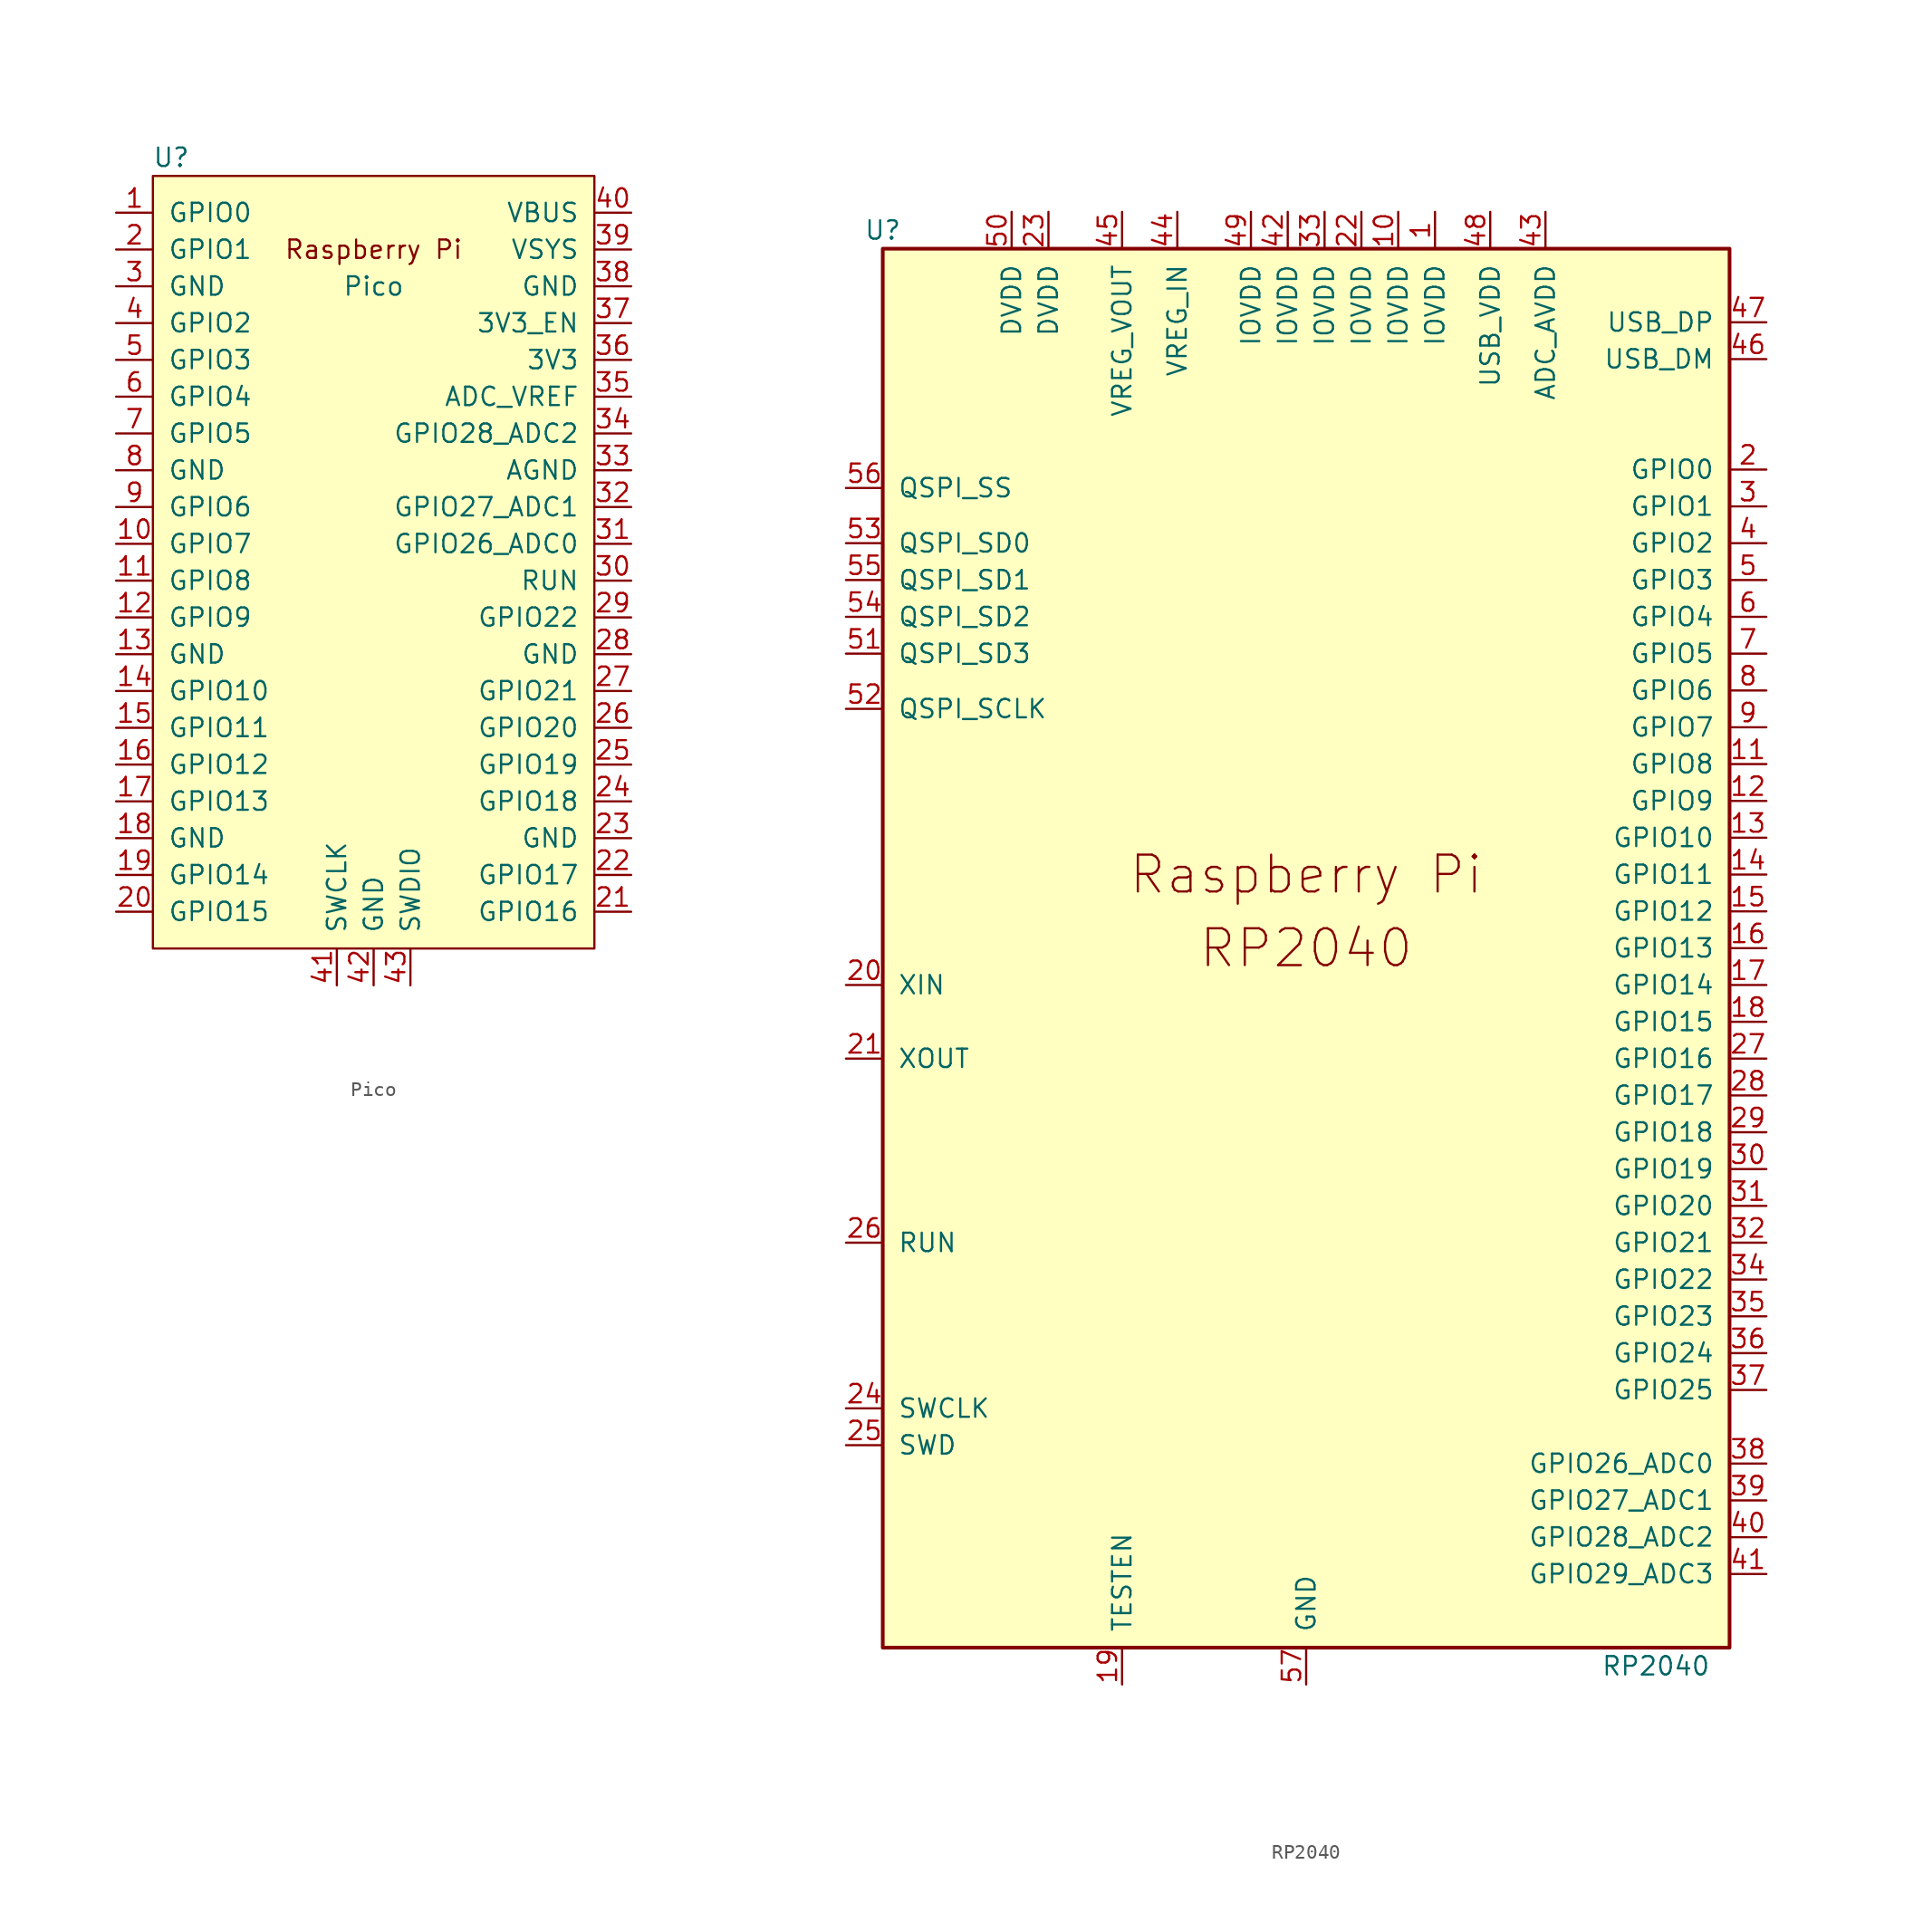
<source format=kicad_sym>
(kicad_symbol_lib
  (version 20210619)
  (generator kicad_symbol_editor)
  (symbol "Pico"
    (pin_names
      (offset 1.016))
    (property "Reference" "U"
      (at -13.97 27.94 0)
      (effects (font (size 1.27 1.27))))
    (property "Value" "Pico"
      (at 0 19.05 0)
      (effects (font (size 1.27 1.27))))
    (symbol "Pico_0_0"
      (text "Raspberry Pi" (at 0 21.59 0) (effects (font (size 1.27 1.27)))))
    (symbol "Pico_0_1"
      (rectangle (start -15.24 26.67) (end 15.24 -26.67) (stroke (width 0)) (fill (type background))))
    (symbol "Pico_1_1"
      (pin bidirectional line (at -17.78 24.13 0) (length 2.54) (name "GPIO0" (effects (font (size 1.27 1.27)))) (number "1" (effects (font (size 1.27 1.27)))))
      (pin bidirectional line (at -17.78 1.27 0) (length 2.54) (name "GPIO7" (effects (font (size 1.27 1.27)))) (number "10" (effects (font (size 1.27 1.27)))))
      (pin bidirectional line (at -17.78 -1.27 0) (length 2.54) (name "GPIO8" (effects (font (size 1.27 1.27)))) (number "11" (effects (font (size 1.27 1.27)))))
      (pin bidirectional line (at -17.78 -3.81 0) (length 2.54) (name "GPIO9" (effects (font (size 1.27 1.27)))) (number "12" (effects (font (size 1.27 1.27)))))
      (pin power_in line (at -17.78 -6.35 0) (length 2.54) (name "GND" (effects (font (size 1.27 1.27)))) (number "13" (effects (font (size 1.27 1.27)))))
      (pin bidirectional line (at -17.78 -8.89 0) (length 2.54) (name "GPIO10" (effects (font (size 1.27 1.27)))) (number "14" (effects (font (size 1.27 1.27)))))
      (pin bidirectional line (at -17.78 -11.43 0) (length 2.54) (name "GPIO11" (effects (font (size 1.27 1.27)))) (number "15" (effects (font (size 1.27 1.27)))))
      (pin bidirectional line (at -17.78 -13.97 0) (length 2.54) (name "GPIO12" (effects (font (size 1.27 1.27)))) (number "16" (effects (font (size 1.27 1.27)))))
      (pin bidirectional line (at -17.78 -16.51 0) (length 2.54) (name "GPIO13" (effects (font (size 1.27 1.27)))) (number "17" (effects (font (size 1.27 1.27)))))
      (pin power_in line (at -17.78 -19.05 0) (length 2.54) (name "GND" (effects (font (size 1.27 1.27)))) (number "18" (effects (font (size 1.27 1.27)))))
      (pin bidirectional line (at -17.78 -21.59 0) (length 2.54) (name "GPIO14" (effects (font (size 1.27 1.27)))) (number "19" (effects (font (size 1.27 1.27)))))
      (pin bidirectional line (at -17.78 21.59 0) (length 2.54) (name "GPIO1" (effects (font (size 1.27 1.27)))) (number "2" (effects (font (size 1.27 1.27)))))
      (pin bidirectional line (at -17.78 -24.13 0) (length 2.54) (name "GPIO15" (effects (font (size 1.27 1.27)))) (number "20" (effects (font (size 1.27 1.27)))))
      (pin bidirectional line (at 17.78 -24.13 180) (length 2.54) (name "GPIO16" (effects (font (size 1.27 1.27)))) (number "21" (effects (font (size 1.27 1.27)))))
      (pin bidirectional line (at 17.78 -21.59 180) (length 2.54) (name "GPIO17" (effects (font (size 1.27 1.27)))) (number "22" (effects (font (size 1.27 1.27)))))
      (pin power_in line (at 17.78 -19.05 180) (length 2.54) (name "GND" (effects (font (size 1.27 1.27)))) (number "23" (effects (font (size 1.27 1.27)))))
      (pin bidirectional line (at 17.78 -16.51 180) (length 2.54) (name "GPIO18" (effects (font (size 1.27 1.27)))) (number "24" (effects (font (size 1.27 1.27)))))
      (pin bidirectional line (at 17.78 -13.97 180) (length 2.54) (name "GPIO19" (effects (font (size 1.27 1.27)))) (number "25" (effects (font (size 1.27 1.27)))))
      (pin bidirectional line (at 17.78 -11.43 180) (length 2.54) (name "GPIO20" (effects (font (size 1.27 1.27)))) (number "26" (effects (font (size 1.27 1.27)))))
      (pin bidirectional line (at 17.78 -8.89 180) (length 2.54) (name "GPIO21" (effects (font (size 1.27 1.27)))) (number "27" (effects (font (size 1.27 1.27)))))
      (pin power_in line (at 17.78 -6.35 180) (length 2.54) (name "GND" (effects (font (size 1.27 1.27)))) (number "28" (effects (font (size 1.27 1.27)))))
      (pin bidirectional line (at 17.78 -3.81 180) (length 2.54) (name "GPIO22" (effects (font (size 1.27 1.27)))) (number "29" (effects (font (size 1.27 1.27)))))
      (pin power_in line (at -17.78 19.05 0) (length 2.54) (name "GND" (effects (font (size 1.27 1.27)))) (number "3" (effects (font (size 1.27 1.27)))))
      (pin input line (at 17.78 -1.27 180) (length 2.54) (name "RUN" (effects (font (size 1.27 1.27)))) (number "30" (effects (font (size 1.27 1.27)))))
      (pin bidirectional line (at 17.78 1.27 180) (length 2.54) (name "GPIO26_ADC0" (effects (font (size 1.27 1.27)))) (number "31" (effects (font (size 1.27 1.27)))))
      (pin bidirectional line (at 17.78 3.81 180) (length 2.54) (name "GPIO27_ADC1" (effects (font (size 1.27 1.27)))) (number "32" (effects (font (size 1.27 1.27)))))
      (pin power_in line (at 17.78 6.35 180) (length 2.54) (name "AGND" (effects (font (size 1.27 1.27)))) (number "33" (effects (font (size 1.27 1.27)))))
      (pin bidirectional line (at 17.78 8.89 180) (length 2.54) (name "GPIO28_ADC2" (effects (font (size 1.27 1.27)))) (number "34" (effects (font (size 1.27 1.27)))))
      (pin unspecified line (at 17.78 11.43 180) (length 2.54) (name "ADC_VREF" (effects (font (size 1.27 1.27)))) (number "35" (effects (font (size 1.27 1.27)))))
      (pin unspecified line (at 17.78 13.97 180) (length 2.54) (name "3V3" (effects (font (size 1.27 1.27)))) (number "36" (effects (font (size 1.27 1.27)))))
      (pin input line (at 17.78 16.51 180) (length 2.54) (name "3V3_EN" (effects (font (size 1.27 1.27)))) (number "37" (effects (font (size 1.27 1.27)))))
      (pin bidirectional line (at 17.78 19.05 180) (length 2.54) (name "GND" (effects (font (size 1.27 1.27)))) (number "38" (effects (font (size 1.27 1.27)))))
      (pin unspecified line (at 17.78 21.59 180) (length 2.54) (name "VSYS" (effects (font (size 1.27 1.27)))) (number "39" (effects (font (size 1.27 1.27)))))
      (pin bidirectional line (at -17.78 16.51 0) (length 2.54) (name "GPIO2" (effects (font (size 1.27 1.27)))) (number "4" (effects (font (size 1.27 1.27)))))
      (pin unspecified line (at 17.78 24.13 180) (length 2.54) (name "VBUS" (effects (font (size 1.27 1.27)))) (number "40" (effects (font (size 1.27 1.27)))))
      (pin input line (at -2.54 -29.21 90) (length 2.54) (name "SWCLK" (effects (font (size 1.27 1.27)))) (number "41" (effects (font (size 1.27 1.27)))))
      (pin power_in line (at 0 -29.21 90) (length 2.54) (name "GND" (effects (font (size 1.27 1.27)))) (number "42" (effects (font (size 1.27 1.27)))))
      (pin bidirectional line (at 2.54 -29.21 90) (length 2.54) (name "SWDIO" (effects (font (size 1.27 1.27)))) (number "43" (effects (font (size 1.27 1.27)))))
      (pin bidirectional line (at -17.78 13.97 0) (length 2.54) (name "GPIO3" (effects (font (size 1.27 1.27)))) (number "5" (effects (font (size 1.27 1.27)))))
      (pin bidirectional line (at -17.78 11.43 0) (length 2.54) (name "GPIO4" (effects (font (size 1.27 1.27)))) (number "6" (effects (font (size 1.27 1.27)))))
      (pin bidirectional line (at -17.78 8.89 0) (length 2.54) (name "GPIO5" (effects (font (size 1.27 1.27)))) (number "7" (effects (font (size 1.27 1.27)))))
      (pin power_in line (at -17.78 6.35 0) (length 2.54) (name "GND" (effects (font (size 1.27 1.27)))) (number "8" (effects (font (size 1.27 1.27)))))
      (pin bidirectional line (at -17.78 3.81 0) (length 2.54) (name "GPIO6" (effects (font (size 1.27 1.27)))) (number "9" (effects (font (size 1.27 1.27)))))))
  (symbol "RP2040"
    (pin_names
      (offset 1.016))
    (property "Reference" "U"
      (at -29.21 49.53 0)
      (effects (font (size 1.27 1.27))))
    (property "Value" "RP2040"
      (at 24.13 -49.53 0)
      (effects (font (size 1.27 1.27))))
    (symbol "RP2040_0_0"
      (text "Raspberry Pi" (at 0 5.08 0) (effects (font (size 2.54 2.54))))
      (text "RP2040" (at 0 0 0) (effects (font (size 2.54 2.54)))))
    (symbol "RP2040_0_1"
      (rectangle (start 29.21 48.26) (end -29.21 -48.26) (stroke (width 0.254)) (fill (type background))))
    (symbol "RP2040_1_1"
      (pin power_in line (at 8.89 50.8 270) (length 2.54) (name "IOVDD" (effects (font (size 1.27 1.27)))) (number "1" (effects (font (size 1.27 1.27)))))
      (pin power_in line (at 6.35 50.8 270) (length 2.54) (name "IOVDD" (effects (font (size 1.27 1.27)))) (number "10" (effects (font (size 1.27 1.27)))))
      (pin bidirectional line (at 31.75 12.7 180) (length 2.54) (name "GPIO8" (effects (font (size 1.27 1.27)))) (number "11" (effects (font (size 1.27 1.27)))))
      (pin bidirectional line (at 31.75 10.16 180) (length 2.54) (name "GPIO9" (effects (font (size 1.27 1.27)))) (number "12" (effects (font (size 1.27 1.27)))))
      (pin bidirectional line (at 31.75 7.62 180) (length 2.54) (name "GPIO10" (effects (font (size 1.27 1.27)))) (number "13" (effects (font (size 1.27 1.27)))))
      (pin bidirectional line (at 31.75 5.08 180) (length 2.54) (name "GPIO11" (effects (font (size 1.27 1.27)))) (number "14" (effects (font (size 1.27 1.27)))))
      (pin bidirectional line (at 31.75 2.54 180) (length 2.54) (name "GPIO12" (effects (font (size 1.27 1.27)))) (number "15" (effects (font (size 1.27 1.27)))))
      (pin bidirectional line (at 31.75 0 180) (length 2.54) (name "GPIO13" (effects (font (size 1.27 1.27)))) (number "16" (effects (font (size 1.27 1.27)))))
      (pin bidirectional line (at 31.75 -2.54 180) (length 2.54) (name "GPIO14" (effects (font (size 1.27 1.27)))) (number "17" (effects (font (size 1.27 1.27)))))
      (pin bidirectional line (at 31.75 -5.08 180) (length 2.54) (name "GPIO15" (effects (font (size 1.27 1.27)))) (number "18" (effects (font (size 1.27 1.27)))))
      (pin passive line (at -12.7 -50.8 90) (length 2.54) (name "TESTEN" (effects (font (size 1.27 1.27)))) (number "19" (effects (font (size 1.27 1.27)))))
      (pin bidirectional line (at 31.75 33.02 180) (length 2.54) (name "GPIO0" (effects (font (size 1.27 1.27)))) (number "2" (effects (font (size 1.27 1.27)))))
      (pin input line (at -31.75 -2.54 0) (length 2.54) (name "XIN" (effects (font (size 1.27 1.27)))) (number "20" (effects (font (size 1.27 1.27)))))
      (pin passive line (at -31.75 -7.62 0) (length 2.54) (name "XOUT" (effects (font (size 1.27 1.27)))) (number "21" (effects (font (size 1.27 1.27)))))
      (pin power_in line (at 3.81 50.8 270) (length 2.54) (name "IOVDD" (effects (font (size 1.27 1.27)))) (number "22" (effects (font (size 1.27 1.27)))))
      (pin power_in line (at -17.78 50.8 270) (length 2.54) (name "DVDD" (effects (font (size 1.27 1.27)))) (number "23" (effects (font (size 1.27 1.27)))))
      (pin output line (at -31.75 -31.75 0) (length 2.54) (name "SWCLK" (effects (font (size 1.27 1.27)))) (number "24" (effects (font (size 1.27 1.27)))))
      (pin bidirectional line (at -31.75 -34.29 0) (length 2.54) (name "SWD" (effects (font (size 1.27 1.27)))) (number "25" (effects (font (size 1.27 1.27)))))
      (pin input line (at -31.75 -20.32 0) (length 2.54) (name "RUN" (effects (font (size 1.27 1.27)))) (number "26" (effects (font (size 1.27 1.27)))))
      (pin bidirectional line (at 31.75 -7.62 180) (length 2.54) (name "GPIO16" (effects (font (size 1.27 1.27)))) (number "27" (effects (font (size 1.27 1.27)))))
      (pin bidirectional line (at 31.75 -10.16 180) (length 2.54) (name "GPIO17" (effects (font (size 1.27 1.27)))) (number "28" (effects (font (size 1.27 1.27)))))
      (pin bidirectional line (at 31.75 -12.7 180) (length 2.54) (name "GPIO18" (effects (font (size 1.27 1.27)))) (number "29" (effects (font (size 1.27 1.27)))))
      (pin bidirectional line (at 31.75 30.48 180) (length 2.54) (name "GPIO1" (effects (font (size 1.27 1.27)))) (number "3" (effects (font (size 1.27 1.27)))))
      (pin bidirectional line (at 31.75 -15.24 180) (length 2.54) (name "GPIO19" (effects (font (size 1.27 1.27)))) (number "30" (effects (font (size 1.27 1.27)))))
      (pin bidirectional line (at 31.75 -17.78 180) (length 2.54) (name "GPIO20" (effects (font (size 1.27 1.27)))) (number "31" (effects (font (size 1.27 1.27)))))
      (pin bidirectional line (at 31.75 -20.32 180) (length 2.54) (name "GPIO21" (effects (font (size 1.27 1.27)))) (number "32" (effects (font (size 1.27 1.27)))))
      (pin power_in line (at 1.27 50.8 270) (length 2.54) (name "IOVDD" (effects (font (size 1.27 1.27)))) (number "33" (effects (font (size 1.27 1.27)))))
      (pin bidirectional line (at 31.75 -22.86 180) (length 2.54) (name "GPIO22" (effects (font (size 1.27 1.27)))) (number "34" (effects (font (size 1.27 1.27)))))
      (pin bidirectional line (at 31.75 -25.4 180) (length 2.54) (name "GPIO23" (effects (font (size 1.27 1.27)))) (number "35" (effects (font (size 1.27 1.27)))))
      (pin bidirectional line (at 31.75 -27.94 180) (length 2.54) (name "GPIO24" (effects (font (size 1.27 1.27)))) (number "36" (effects (font (size 1.27 1.27)))))
      (pin bidirectional line (at 31.75 -30.48 180) (length 2.54) (name "GPIO25" (effects (font (size 1.27 1.27)))) (number "37" (effects (font (size 1.27 1.27)))))
      (pin bidirectional line (at 31.75 -35.56 180) (length 2.54) (name "GPIO26_ADC0" (effects (font (size 1.27 1.27)))) (number "38" (effects (font (size 1.27 1.27)))))
      (pin bidirectional line (at 31.75 -38.1 180) (length 2.54) (name "GPIO27_ADC1" (effects (font (size 1.27 1.27)))) (number "39" (effects (font (size 1.27 1.27)))))
      (pin bidirectional line (at 31.75 27.94 180) (length 2.54) (name "GPIO2" (effects (font (size 1.27 1.27)))) (number "4" (effects (font (size 1.27 1.27)))))
      (pin bidirectional line (at 31.75 -40.64 180) (length 2.54) (name "GPIO28_ADC2" (effects (font (size 1.27 1.27)))) (number "40" (effects (font (size 1.27 1.27)))))
      (pin bidirectional line (at 31.75 -43.18 180) (length 2.54) (name "GPIO29_ADC3" (effects (font (size 1.27 1.27)))) (number "41" (effects (font (size 1.27 1.27)))))
      (pin power_in line (at -1.27 50.8 270) (length 2.54) (name "IOVDD" (effects (font (size 1.27 1.27)))) (number "42" (effects (font (size 1.27 1.27)))))
      (pin power_in line (at 16.51 50.8 270) (length 2.54) (name "ADC_AVDD" (effects (font (size 1.27 1.27)))) (number "43" (effects (font (size 1.27 1.27)))))
      (pin power_in line (at -8.89 50.8 270) (length 2.54) (name "VREG_IN" (effects (font (size 1.27 1.27)))) (number "44" (effects (font (size 1.27 1.27)))))
      (pin power_out line (at -12.7 50.8 270) (length 2.54) (name "VREG_VOUT" (effects (font (size 1.27 1.27)))) (number "45" (effects (font (size 1.27 1.27)))))
      (pin bidirectional line (at 31.75 40.64 180) (length 2.54) (name "USB_DM" (effects (font (size 1.27 1.27)))) (number "46" (effects (font (size 1.27 1.27)))))
      (pin bidirectional line (at 31.75 43.18 180) (length 2.54) (name "USB_DP" (effects (font (size 1.27 1.27)))) (number "47" (effects (font (size 1.27 1.27)))))
      (pin power_in line (at 12.7 50.8 270) (length 2.54) (name "USB_VDD" (effects (font (size 1.27 1.27)))) (number "48" (effects (font (size 1.27 1.27)))))
      (pin power_in line (at -3.81 50.8 270) (length 2.54) (name "IOVDD" (effects (font (size 1.27 1.27)))) (number "49" (effects (font (size 1.27 1.27)))))
      (pin bidirectional line (at 31.75 25.4 180) (length 2.54) (name "GPIO3" (effects (font (size 1.27 1.27)))) (number "5" (effects (font (size 1.27 1.27)))))
      (pin power_in line (at -20.32 50.8 270) (length 2.54) (name "DVDD" (effects (font (size 1.27 1.27)))) (number "50" (effects (font (size 1.27 1.27)))))
      (pin bidirectional line (at -31.75 20.32 0) (length 2.54) (name "QSPI_SD3" (effects (font (size 1.27 1.27)))) (number "51" (effects (font (size 1.27 1.27)))))
      (pin output line (at -31.75 16.51 0) (length 2.54) (name "QSPI_SCLK" (effects (font (size 1.27 1.27)))) (number "52" (effects (font (size 1.27 1.27)))))
      (pin bidirectional line (at -31.75 27.94 0) (length 2.54) (name "QSPI_SD0" (effects (font (size 1.27 1.27)))) (number "53" (effects (font (size 1.27 1.27)))))
      (pin bidirectional line (at -31.75 22.86 0) (length 2.54) (name "QSPI_SD2" (effects (font (size 1.27 1.27)))) (number "54" (effects (font (size 1.27 1.27)))))
      (pin bidirectional line (at -31.75 25.4 0) (length 2.54) (name "QSPI_SD1" (effects (font (size 1.27 1.27)))) (number "55" (effects (font (size 1.27 1.27)))))
      (pin bidirectional line (at -31.75 31.75 0) (length 2.54) (name "QSPI_SS" (effects (font (size 1.27 1.27)))) (number "56" (effects (font (size 1.27 1.27)))))
      (pin power_in line (at 0 -50.8 90) (length 2.54) (name "GND" (effects (font (size 1.27 1.27)))) (number "57" (effects (font (size 1.27 1.27)))))
      (pin bidirectional line (at 31.75 22.86 180) (length 2.54) (name "GPIO4" (effects (font (size 1.27 1.27)))) (number "6" (effects (font (size 1.27 1.27)))))
      (pin bidirectional line (at 31.75 20.32 180) (length 2.54) (name "GPIO5" (effects (font (size 1.27 1.27)))) (number "7" (effects (font (size 1.27 1.27)))))
      (pin bidirectional line (at 31.75 17.78 180) (length 2.54) (name "GPIO6" (effects (font (size 1.27 1.27)))) (number "8" (effects (font (size 1.27 1.27)))))
      (pin bidirectional line (at 31.75 15.24 180) (length 2.54) (name "GPIO7" (effects (font (size 1.27 1.27)))) (number "9" (effects (font (size 1.27 1.27))))))))
</source>
